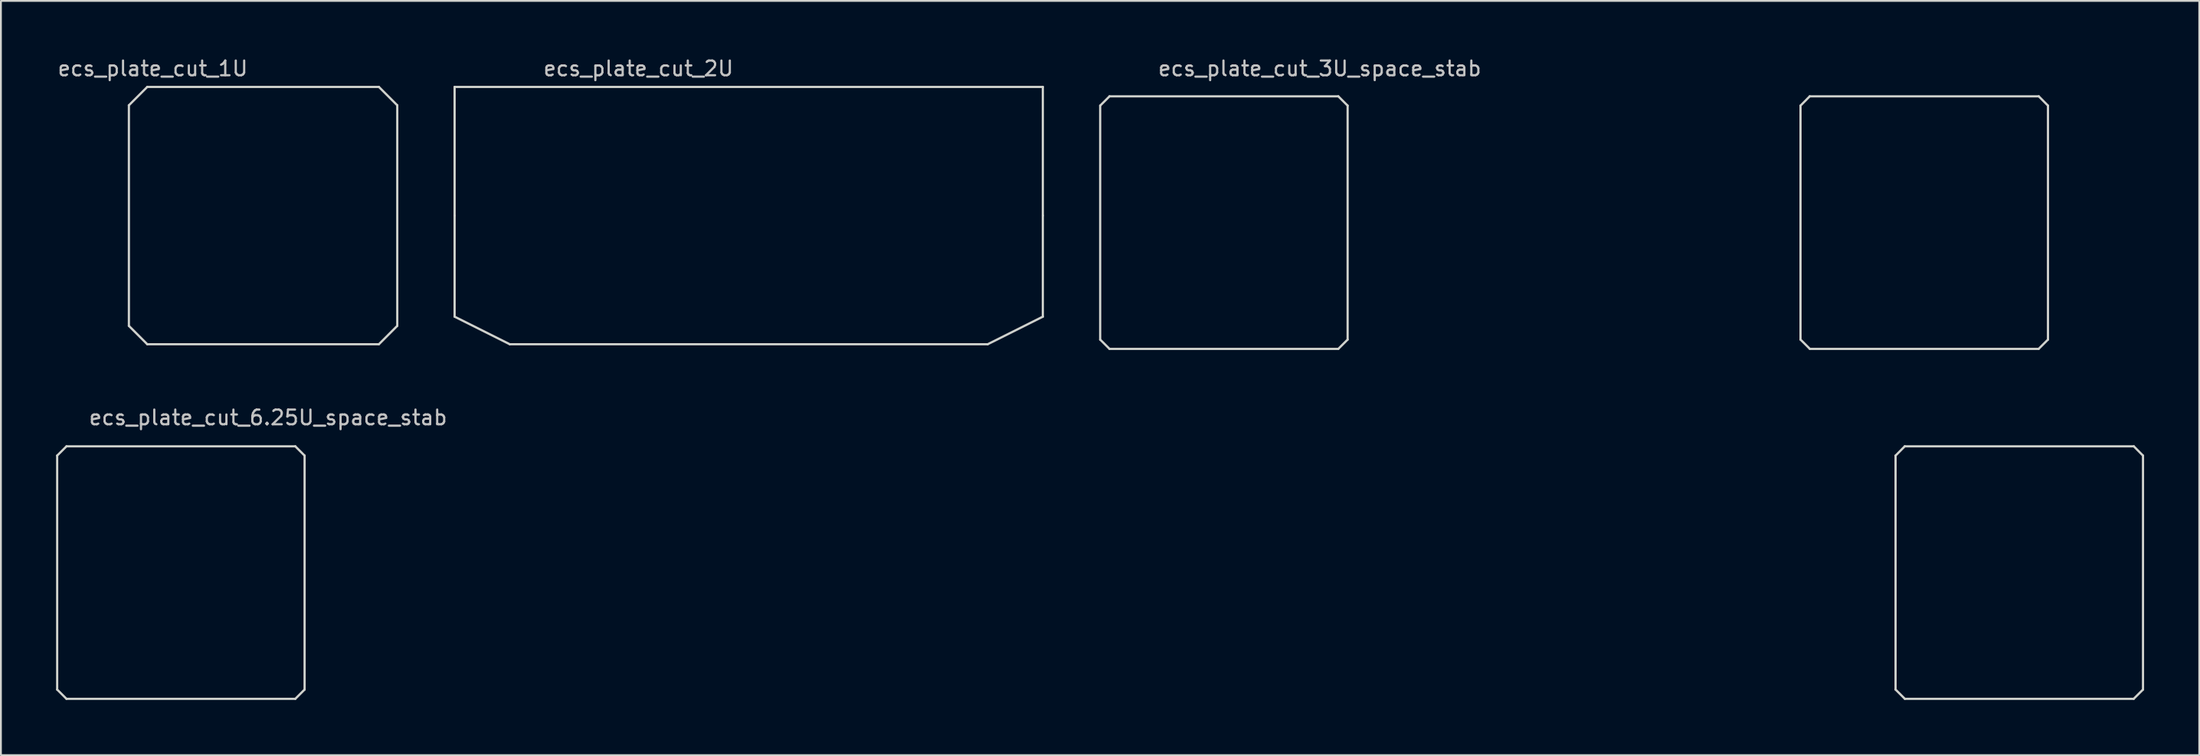
<source format=kicad_pcb>
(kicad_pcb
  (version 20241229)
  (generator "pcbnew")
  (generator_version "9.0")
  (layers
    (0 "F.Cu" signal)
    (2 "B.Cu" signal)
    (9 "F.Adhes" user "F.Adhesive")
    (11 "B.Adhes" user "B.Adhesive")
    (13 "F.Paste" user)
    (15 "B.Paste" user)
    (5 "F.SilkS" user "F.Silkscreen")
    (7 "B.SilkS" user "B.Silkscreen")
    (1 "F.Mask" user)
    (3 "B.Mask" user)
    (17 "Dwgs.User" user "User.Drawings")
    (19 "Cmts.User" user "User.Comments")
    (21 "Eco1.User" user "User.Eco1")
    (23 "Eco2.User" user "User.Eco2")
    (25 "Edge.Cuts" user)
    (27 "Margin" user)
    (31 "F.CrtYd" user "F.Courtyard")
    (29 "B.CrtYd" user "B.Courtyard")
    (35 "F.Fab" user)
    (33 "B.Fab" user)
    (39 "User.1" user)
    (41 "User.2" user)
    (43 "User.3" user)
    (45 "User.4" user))
  (footprint "ecs_plate_cut_1U"
    (layer "F.Cu")
    (at 11.262 8.679)
    (property "Reference" "ecs_plate_cut_1U" (at -6 -8 0) (layer "Dwgs.User") (effects (font (size 0.8 0.8) (thickness 0.12))))
    (attr smd)
    (fp_line (start -7.3 -6) (end -7.3 6) (stroke (width 0.12) (type solid)) (layer "Edge.Cuts"))
    (fp_line (start -7.3 6) (end -6.3 7) (stroke (width 0.12) (type solid)) (layer "Edge.Cuts"))
    (fp_line (start -6.3 -7) (end -7.3 -6) (stroke (width 0.12) (type solid)) (layer "Edge.Cuts"))
    (fp_line (start -6.3 7) (end 6.3 7) (stroke (width 0.12) (type solid)) (layer "Edge.Cuts"))
    (fp_line (start 6.3 -7) (end -6.3 -7) (stroke (width 0.12) (type solid)) (layer "Edge.Cuts"))
    (fp_line (start 6.3 -7) (end 7.3 -6) (stroke (width 0.12) (type solid)) (layer "Edge.Cuts"))
    (fp_line (start 6.3 7) (end 7.3 6) (stroke (width 0.12) (type solid)) (layer "Edge.Cuts"))
    (fp_line (start 7.3 6) (end 7.3 -6) (stroke (width 0.12) (type solid)) (layer "Edge.Cuts")))
  (footprint "ecs_plate_cut_3U_space_stab"
    (layer "F.Cu")
    (at 82.583 9.061)
    (property "Reference" "ecs_plate_cut_3U_space_stab" (at -13.836 -8.382 0) (layer "Dwgs.User") (effects (font (size 0.8 0.8) (thickness 0.12))))
    (attr smd)
    (fp_line (start -25.781 -6.364) (end -25.781 6.364) (stroke (width 0.12) (type solid)) (layer "Edge.Cuts"))
    (fp_line (start -25.781 6.364) (end -25.274 6.87) (stroke (width 0.12) (type solid)) (layer "Edge.Cuts"))
    (fp_line (start -25.274 -6.87) (end -25.781 -6.364) (stroke (width 0.12) (type solid)) (layer "Edge.Cuts"))
    (fp_line (start -25.274 6.87) (end -12.826 6.87) (stroke (width 0.12) (type solid)) (layer "Edge.Cuts"))
    (fp_line (start -12.826 -6.87) (end -25.274 -6.87) (stroke (width 0.12) (type solid)) (layer "Edge.Cuts"))
    (fp_line (start -12.826 6.87) (end -12.319 6.364) (stroke (width 0.12) (type solid)) (layer "Edge.Cuts"))
    (fp_line (start -12.319 -6.364) (end -12.826 -6.87) (stroke (width 0.12) (type solid)) (layer "Edge.Cuts"))
    (fp_line (start -12.319 6.364) (end -12.319 -6.364) (stroke (width 0.12) (type solid)) (layer "Edge.Cuts"))
    (fp_line (start 12.319 -6.364) (end 12.319 6.364) (stroke (width 0.12) (type solid)) (layer "Edge.Cuts"))
    (fp_line (start 12.319 -6.364) (end 12.819 -6.87) (stroke (width 0.12) (type solid)) (layer "Edge.Cuts"))
    (fp_line (start 12.319 6.364) (end 12.826 6.87) (stroke (width 0.12) (type solid)) (layer "Edge.Cuts"))
    (fp_line (start 12.819 -6.87) (end 25.281 -6.87) (stroke (width 0.12) (type solid)) (layer "Edge.Cuts"))
    (fp_line (start 12.826 6.87) (end 25.274 6.87) (stroke (width 0.12) (type solid)) (layer "Edge.Cuts"))
    (fp_line (start 25.274 6.87) (end 25.781 6.364) (stroke (width 0.12) (type solid)) (layer "Edge.Cuts"))
    (fp_line (start 25.281 -6.87) (end 25.781 -6.364) (stroke (width 0.12) (type solid)) (layer "Edge.Cuts"))
    (fp_line (start 25.781 6.364) (end 25.781 -6.364) (stroke (width 0.12) (type solid)) (layer "Edge.Cuts")))
  (footprint "ecs_plate_cut_2U"
    (layer "F.Cu")
    (at 37.682 8.679)
    (property "Reference" "ecs_plate_cut_2U" (at -6 -8 0) (layer "Dwgs.User") (effects (font (size 0.8 0.8) (thickness 0.12))))
    (attr smd)
    (fp_line (start -16 -7) (end 16 -7) (stroke (width 0.12) (type solid)) (layer "Edge.Cuts"))
    (fp_line (start -16 0) (end -16 -7) (stroke (width 0.12) (type solid)) (layer "Edge.Cuts"))
    (fp_line (start -16 0) (end -16 5.5) (stroke (width 0.12) (type solid)) (layer "Edge.Cuts"))
    (fp_line (start -16 5.5) (end -13 7) (stroke (width 0.12) (type solid)) (layer "Edge.Cuts"))
    (fp_line (start 13 7) (end -13 7) (stroke (width 0.12) (type solid)) (layer "Edge.Cuts"))
    (fp_line (start 16 -7) (end 16 0) (stroke (width 0.12) (type solid)) (layer "Edge.Cuts"))
    (fp_line (start 16 0) (end 16 5.5) (stroke (width 0.12) (type solid)) (layer "Edge.Cuts"))
    (fp_line (start 16 5.5) (end 13 7) (stroke (width 0.12) (type solid)) (layer "Edge.Cuts")))
  (footprint "ecs_plate_cut_6.25U_space_stab"
    (layer "F.Cu")
    (at 56.797 28.102)
    (property "Reference" "ecs_plate_cut_6.25U_space_stab" (at -45.263 -8.433 0) (layer "Dwgs.User") (effects (font (size 0.8 0.8) (thickness 0.12))))
    (attr smd)
    (fp_line (start -56.737 -6.364) (end -56.737 6.364) (stroke (width 0.12) (type solid)) (layer "Edge.Cuts"))
    (fp_line (start -56.737 6.364) (end -56.23 6.87) (stroke (width 0.12) (type solid)) (layer "Edge.Cuts"))
    (fp_line (start -56.23 -6.87) (end -56.737 -6.364) (stroke (width 0.12) (type solid)) (layer "Edge.Cuts"))
    (fp_line (start -56.23 6.87) (end -43.782 6.87) (stroke (width 0.12) (type solid)) (layer "Edge.Cuts"))
    (fp_line (start -43.782 -6.87) (end -56.23 -6.87) (stroke (width 0.12) (type solid)) (layer "Edge.Cuts"))
    (fp_line (start -43.782 6.87) (end -43.276 6.364) (stroke (width 0.12) (type solid)) (layer "Edge.Cuts"))
    (fp_line (start -43.276 -6.364) (end -43.782 -6.87) (stroke (width 0.12) (type solid)) (layer "Edge.Cuts"))
    (fp_line (start -43.276 6.364) (end -43.276 -6.364) (stroke (width 0.12) (type solid)) (layer "Edge.Cuts"))
    (fp_line (start 43.276 -6.364) (end 43.276 6.364) (stroke (width 0.12) (type solid)) (layer "Edge.Cuts"))
    (fp_line (start 43.276 -6.364) (end 43.776 -6.87) (stroke (width 0.12) (type solid)) (layer "Edge.Cuts"))
    (fp_line (start 43.276 6.364) (end 43.782 6.87) (stroke (width 0.12) (type solid)) (layer "Edge.Cuts"))
    (fp_line (start 43.776 -6.87) (end 56.237 -6.87) (stroke (width 0.12) (type solid)) (layer "Edge.Cuts"))
    (fp_line (start 43.782 6.87) (end 56.23 6.87) (stroke (width 0.12) (type solid)) (layer "Edge.Cuts"))
    (fp_line (start 56.23 6.87) (end 56.737 6.364) (stroke (width 0.12) (type solid)) (layer "Edge.Cuts"))
    (fp_line (start 56.237 -6.87) (end 56.737 -6.364) (stroke (width 0.12) (type solid)) (layer "Edge.Cuts"))
    (fp_line (start 56.737 6.364) (end 56.737 -6.364) (stroke (width 0.12) (type solid)) (layer "Edge.Cuts")))
  (gr_rect
    (start -3 -3)
    (end 116.595 38.033)
    (stroke (width 0.1) (type default))
    (fill no)
    (layer "Edge.Cuts")))
</source>
